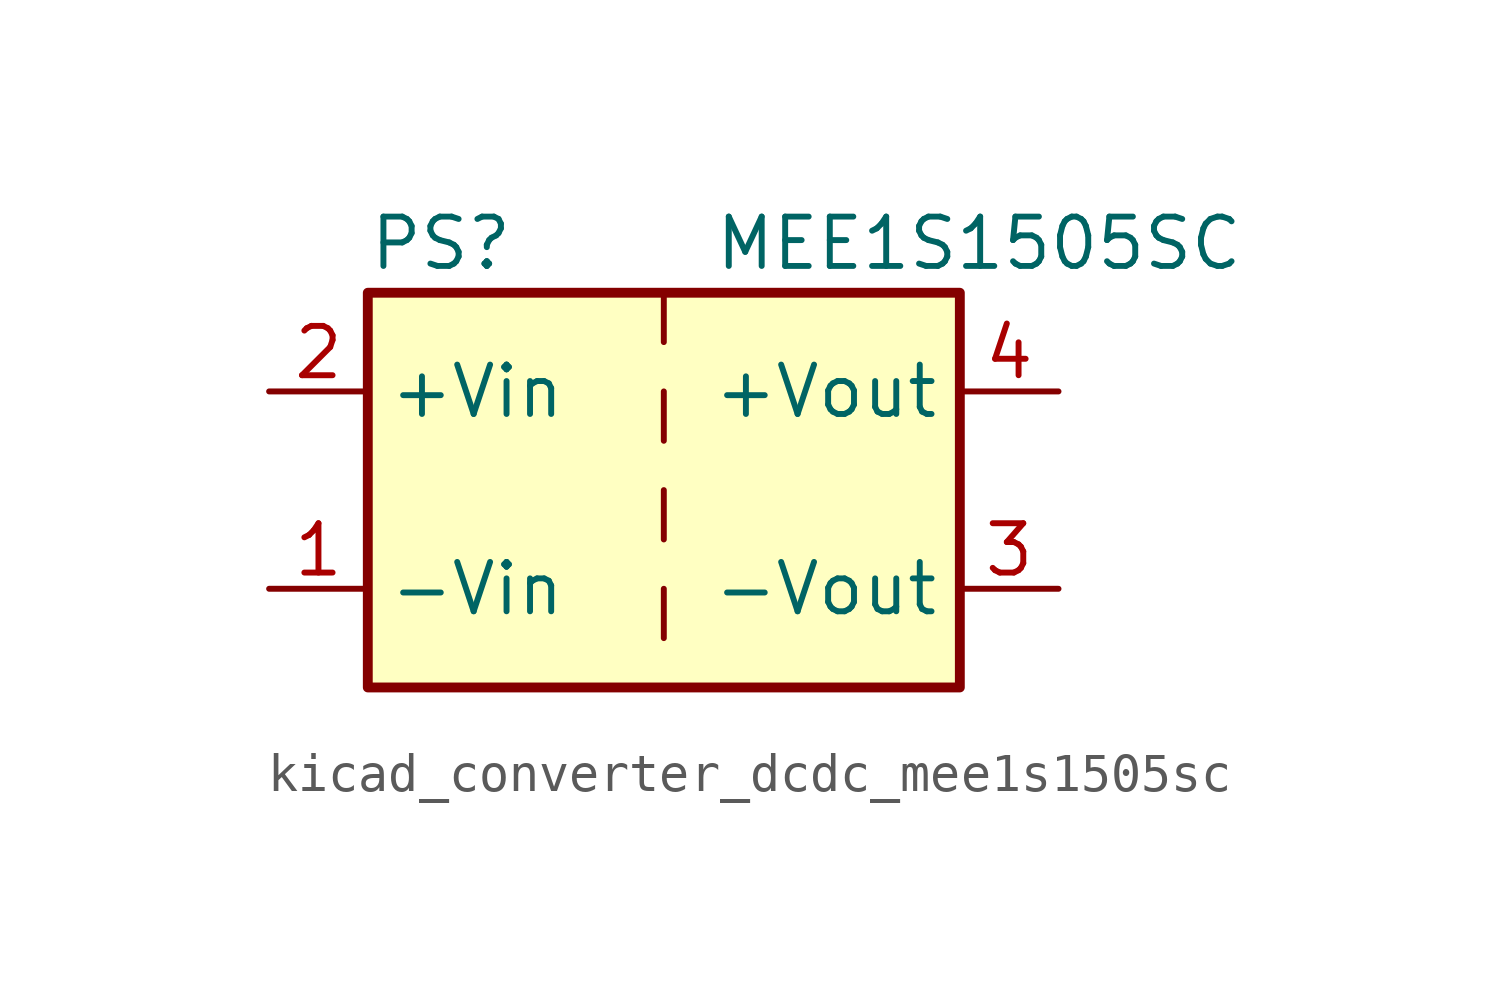
<source format=kicad_sym>
(kicad_symbol_lib
  (version 20220914)
  (generator kicad_symbol_editor)
  (symbol "kicad_converter_dcdc_mee1s1505sc"
    (property "Reference" "PS"
      (at -7.62 6.35 0)
      (effects (font (size 1.27 1.27)) (justify left)))
    (property "Value" "MEE1S1505SC"
      (at 1.27 6.35 0)
      (effects (font (size 1.27 1.27)) (justify left)))
    (symbol "kicad_converter_dcdc_mee1s1505sc_0_0"
      (pin power_in line (at -10.16 -2.54 0) (length 2.54) (name "-Vin" (effects (font (size 1.27 1.27)))) (number "1" (effects (font (size 1.27 1.27)))))
      (pin power_in line (at -10.16 2.54 0) (length 2.54) (name "+Vin" (effects (font (size 1.27 1.27)))) (number "2" (effects (font (size 1.27 1.27)))))
      (pin power_out line (at 10.16 -2.54 180) (length 2.54) (name "-Vout" (effects (font (size 1.27 1.27)))) (number "3" (effects (font (size 1.27 1.27)))))
      (pin power_out line (at 10.16 2.54 180) (length 2.54) (name "+Vout" (effects (font (size 1.27 1.27)))) (number "4" (effects (font (size 1.27 1.27))))))
    (symbol "kicad_converter_dcdc_mee1s1505sc_0_1"
      (rectangle (start -7.62 5.08) (end 7.62 -5.08) (stroke (width 0.254) (type default)) (fill (type background)))
      (polyline (pts (xy 0 -2.54) (xy 0 -3.81)) (stroke (width 0) (type default)) (fill (type none)))
      (polyline (pts (xy 0 0) (xy 0 -1.27)) (stroke (width 0) (type default)) (fill (type none)))
      (polyline (pts (xy 0 2.54) (xy 0 1.27)) (stroke (width 0) (type default)) (fill (type none)))
      (polyline (pts (xy 0 5.08) (xy 0 3.81)) (stroke (width 0) (type default)) (fill (type none))))))
</source>
